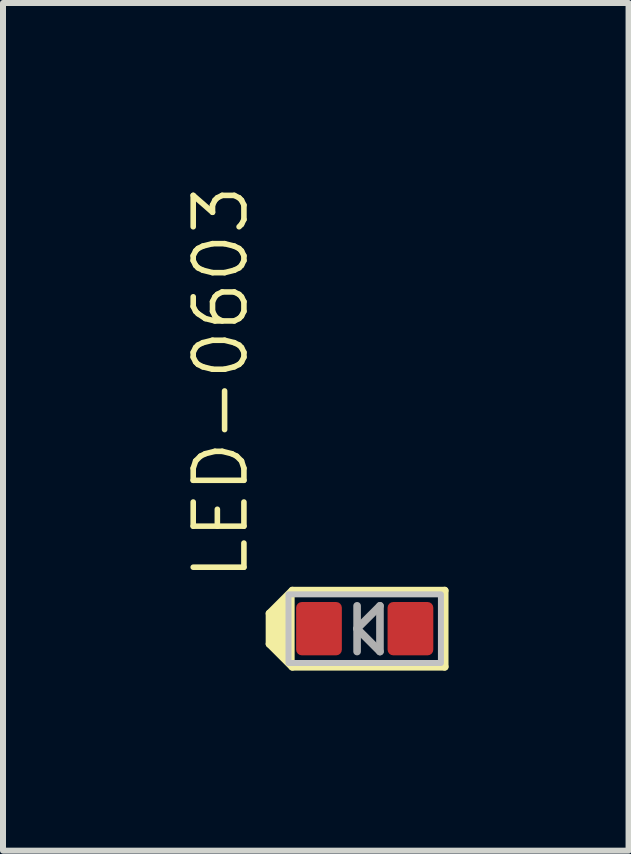
<source format=kicad_pcb>
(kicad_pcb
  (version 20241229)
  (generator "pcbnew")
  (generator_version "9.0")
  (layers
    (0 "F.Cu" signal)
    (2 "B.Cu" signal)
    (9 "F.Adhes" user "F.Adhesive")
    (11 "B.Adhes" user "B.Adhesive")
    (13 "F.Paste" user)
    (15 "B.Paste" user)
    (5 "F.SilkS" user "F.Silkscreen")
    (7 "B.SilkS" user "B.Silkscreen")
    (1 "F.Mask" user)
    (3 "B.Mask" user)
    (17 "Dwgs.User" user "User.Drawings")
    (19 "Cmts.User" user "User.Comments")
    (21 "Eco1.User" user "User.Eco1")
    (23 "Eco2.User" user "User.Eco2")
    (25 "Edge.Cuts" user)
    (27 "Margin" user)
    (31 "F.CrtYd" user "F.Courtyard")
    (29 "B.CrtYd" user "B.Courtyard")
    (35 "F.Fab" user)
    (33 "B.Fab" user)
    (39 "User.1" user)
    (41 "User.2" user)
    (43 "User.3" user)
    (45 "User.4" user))
  (footprint "LED-0603"
    (layer "F.Cu")
    (at 3.028 7.427)
    (property "Reference" "LED-0603" (at -1.905 -0.762 270) (layer "F.SilkS") (effects (font (size 0.845 0.845) (thickness 0.093)) (justify left bottom)))
    (attr through_hole)
    (fp_line (start -1.587 -0.254) (end -1.206 -0.635) (stroke (width 0.127) (type solid)) (layer "F.SilkS"))
    (fp_line (start -1.587 0.254) (end -1.587 -0.254) (stroke (width 0.127) (type solid)) (layer "F.SilkS"))
    (fp_line (start -1.206 -0.635) (end 1.333 -0.635) (stroke (width 0.127) (type solid)) (layer "F.SilkS"))
    (fp_line (start -1.206 0.635) (end -1.587 0.254) (stroke (width 0.127) (type solid)) (layer "F.SilkS"))
    (fp_line (start 1.333 -0.635) (end 1.333 0.635) (stroke (width 0.127) (type solid)) (layer "F.SilkS"))
    (fp_line (start 1.333 0.635) (end -1.206 0.635) (stroke (width 0.127) (type solid)) (layer "F.SilkS"))
    (fp_poly (pts (xy -1.168 -0.635) (xy -1.168 0.66) (xy -1.575 0.254) (xy -1.575 -0.254) (xy -1.168 -0.66)) (stroke (width 0) (type solid)) (fill yes) (layer "F.SilkS"))
    (fp_poly (pts (xy 1.27 -0.572) (xy -1.27 -0.572) (xy -1.27 0.572) (xy 1.27 0.572)) (stroke (width 0.1) (type solid)) (fill no) (layer "Dwgs.User"))
    (fp_line (start -0.127 0) (end -0.127 -0.381) (stroke (width 0.127) (type solid)) (layer "F.Fab"))
    (fp_line (start -0.127 0) (end -0.127 0.381) (stroke (width 0.127) (type solid)) (layer "F.Fab"))
    (fp_line (start -0.127 0) (end 0.254 -0.381) (stroke (width 0.127) (type solid)) (layer "F.Fab"))
    (fp_line (start 0.254 -0.381) (end 0.254 0.381) (stroke (width 0.127) (type solid)) (layer "F.Fab"))
    (fp_line (start 0.254 0.381) (end -0.127 0) (stroke (width 0.127) (type solid)) (layer "F.Fab"))
    (pad "+" smd roundrect (at 0.762 0 180) (size 0.762 0.889) (layers "F.Cu" "F.Mask" "F.Paste") (roundrect_rratio 0.125))
    (pad "-" smd roundrect (at -0.762 0 180) (size 0.762 0.889) (layers "F.Cu" "F.Mask" "F.Paste") (roundrect_rratio 0.125)))
  (gr_rect
    (start -3 -3)
    (end 7.425 11.126)
    (stroke (width 0.1) (type default))
    (fill no)
    (layer "Edge.Cuts")))
</source>
